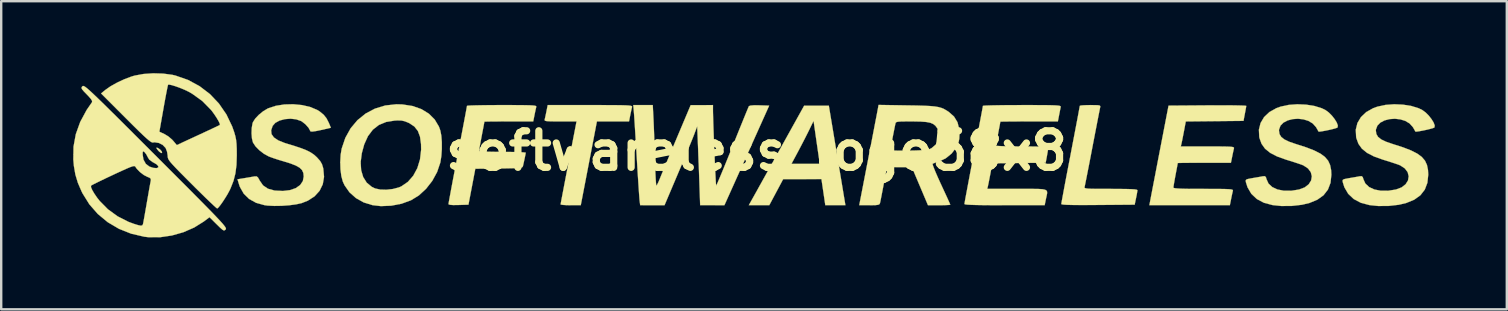
<source format=kicad_pcb>
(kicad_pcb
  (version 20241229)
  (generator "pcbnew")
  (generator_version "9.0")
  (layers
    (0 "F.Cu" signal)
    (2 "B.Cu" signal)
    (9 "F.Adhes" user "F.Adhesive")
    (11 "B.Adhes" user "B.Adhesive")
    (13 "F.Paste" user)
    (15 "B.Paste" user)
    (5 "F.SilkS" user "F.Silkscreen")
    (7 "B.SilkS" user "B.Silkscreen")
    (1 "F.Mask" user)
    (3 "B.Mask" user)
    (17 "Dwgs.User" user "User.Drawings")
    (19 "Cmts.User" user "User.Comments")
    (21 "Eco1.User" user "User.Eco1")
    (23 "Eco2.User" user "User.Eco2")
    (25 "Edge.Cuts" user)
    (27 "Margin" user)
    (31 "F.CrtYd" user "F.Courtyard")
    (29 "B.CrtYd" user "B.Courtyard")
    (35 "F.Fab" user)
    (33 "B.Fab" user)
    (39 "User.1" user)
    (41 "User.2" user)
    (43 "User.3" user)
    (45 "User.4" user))
  (footprint "softwareless_logo58x8"
    (layer "F.Cu")
    (at 28.475 3.234)
    (property "Reference" "softwareless_logo58x8" (at 0 0 0) (layer "F.SilkS") (effects (font (size 1.524 1.524) (thickness 0.3))))
    (attr through_hole)
    (fp_poly (pts (xy -24.944 -0.116) (xy -24.854 -0.053) (xy -24.786 0.023) (xy -24.771 0.085) (xy -24.81 0.094) (xy -24.891 0.033) (xy -24.922 0.002) (xy -24.997 -0.092) (xy -25.002 -0.133) (xy -24.944 -0.116)) (stroke (width 0.01) (type solid)) (fill yes) (layer "F.SilkS"))
    (fp_poly (pts (xy 3.704 2.268) (xy 2.866 2.268) (xy 2.786 1.724) (xy 2.705 1.179) (xy 1.908 1.18) (xy 1.111 1.18) (xy 0.531 2.268) (xy -0.322 2.268) (xy -0.164 1.984) (xy -0.108 1.885) (xy -0.014 1.717) (xy 0.113 1.488) (xy 0.268 1.209) (xy 0.446 0.889) (xy 0.638 0.544) (xy 1.455 0.544) (xy 2.636 0.544) (xy 2.608 0.352) (xy 2.591 0.239) (xy 2.565 0.058) (xy 2.532 -0.171) (xy 2.495 -0.426) (xy 2.478 -0.544) (xy 2.377 -1.247) (xy 2.19 -0.862) (xy 2.089 -0.66) (xy 1.963 -0.413) (xy 1.829 -0.156) (xy 1.729 0.034) (xy 1.455 0.544) (xy 0.638 0.544) (xy 0.641 0.539) (xy 0.848 0.167) (xy 0.991 -0.091) (xy 1.986 -1.882) (xy 3.013 -1.882) (xy 3.704 2.268)) (stroke (width 0.01) (type solid)) (fill yes) (layer "F.SilkS"))
    (fp_poly (pts (xy -6.486 -1.905) (xy -6.121 -1.904) (xy -5.831 -1.902) (xy -5.606 -1.899) (xy -5.439 -1.894) (xy -5.322 -1.887) (xy -5.247 -1.877) (xy -5.204 -1.864) (xy -5.187 -1.848) (xy -5.186 -1.829) (xy -5.187 -1.826) (xy -5.208 -1.739) (xy -5.238 -1.599) (xy -5.262 -1.485) (xy -5.313 -1.225) (xy -6.651 -1.225) (xy -6.987 0.522) (xy -7.324 2.268) (xy -7.744 2.268) (xy -7.927 2.264) (xy -8.069 2.255) (xy -8.152 2.242) (xy -8.164 2.234) (xy -8.156 2.183) (xy -8.132 2.053) (xy -8.094 1.854) (xy -8.045 1.596) (xy -7.986 1.287) (xy -7.919 0.939) (xy -7.846 0.562) (xy -7.832 0.488) (xy -7.5 -1.225) (xy -8.175 -1.225) (xy -8.436 -1.225) (xy -8.619 -1.229) (xy -8.737 -1.236) (xy -8.802 -1.249) (xy -8.829 -1.27) (xy -8.829 -1.299) (xy -8.828 -1.304) (xy -8.807 -1.391) (xy -8.777 -1.531) (xy -8.754 -1.644) (xy -8.702 -1.905) (xy -6.933 -1.905) (xy -6.486 -1.905)) (stroke (width 0.01) (type solid)) (fill yes) (layer "F.SilkS"))
    (fp_poly (pts (xy 14.108 -1.904) (xy 14.234 -1.899) (xy 14.301 -1.886) (xy 14.325 -1.86) (xy 14.321 -1.818) (xy 14.318 -1.803) (xy 14.304 -1.736) (xy 14.275 -1.59) (xy 14.233 -1.377) (xy 14.181 -1.108) (xy 14.12 -0.794) (xy 14.053 -0.446) (xy 13.993 -0.136) (xy 13.923 0.232) (xy 13.857 0.573) (xy 13.797 0.877) (xy 13.747 1.134) (xy 13.707 1.332) (xy 13.681 1.461) (xy 13.67 1.508) (xy 13.668 1.533) (xy 13.685 1.552) (xy 13.731 1.566) (xy 13.817 1.576) (xy 13.953 1.582) (xy 14.149 1.586) (xy 14.415 1.587) (xy 14.761 1.587) (xy 15.124 1.589) (xy 15.404 1.592) (xy 15.611 1.598) (xy 15.752 1.607) (xy 15.836 1.62) (xy 15.871 1.637) (xy 15.873 1.644) (xy 15.863 1.717) (xy 15.84 1.847) (xy 15.814 1.973) (xy 15.758 2.245) (xy 14.229 2.257) (xy 13.782 2.26) (xy 13.42 2.26) (xy 13.138 2.257) (xy 12.93 2.251) (xy 12.792 2.242) (xy 12.717 2.23) (xy 12.7 2.218) (xy 12.708 2.164) (xy 12.732 2.03) (xy 12.77 1.826) (xy 12.819 1.56) (xy 12.879 1.242) (xy 12.948 0.88) (xy 13.024 0.485) (xy 13.086 0.163) (xy 13.165 -0.252) (xy 13.239 -0.638) (xy 13.306 -0.988) (xy 13.364 -1.293) (xy 13.411 -1.543) (xy 13.445 -1.728) (xy 13.466 -1.841) (xy 13.471 -1.873) (xy 13.513 -1.887) (xy 13.626 -1.897) (xy 13.791 -1.904) (xy 13.907 -1.905) (xy 14.108 -1.904)) (stroke (width 0.01) (type solid)) (fill yes) (layer "F.SilkS"))
    (fp_poly (pts (xy -14.754 -1.932) (xy -14.333 -1.866) (xy -13.965 -1.737) (xy -13.656 -1.548) (xy -13.41 -1.303) (xy -13.234 -1.007) (xy -13.176 -0.846) (xy -13.135 -0.634) (xy -13.114 -0.364) (xy -13.114 -0.068) (xy -13.134 0.223) (xy -13.174 0.477) (xy -13.178 0.494) (xy -13.31 0.884) (xy -13.512 1.253) (xy -13.77 1.583) (xy -14.07 1.859) (xy -14.4 2.062) (xy -14.401 2.062) (xy -14.792 2.205) (xy -15.22 2.287) (xy -15.651 2.305) (xy -16 2.265) (xy -16.368 2.152) (xy -16.693 1.97) (xy -16.964 1.728) (xy -17.168 1.436) (xy -17.24 1.279) (xy -17.301 1.053) (xy -17.337 0.77) (xy -17.346 0.472) (xy -16.496 0.472) (xy -16.476 0.806) (xy -16.391 1.093) (xy -16.244 1.327) (xy -16.036 1.5) (xy -15.891 1.57) (xy -15.678 1.615) (xy -15.42 1.622) (xy -15.151 1.591) (xy -14.905 1.526) (xy -14.802 1.482) (xy -14.528 1.294) (xy -14.304 1.037) (xy -14.134 0.722) (xy -14.023 0.358) (xy -13.976 -0.043) (xy -13.98 -0.276) (xy -14.022 -0.586) (xy -14.112 -0.827) (xy -14.258 -1.011) (xy -14.465 -1.15) (xy -14.501 -1.167) (xy -14.656 -1.23) (xy -14.791 -1.261) (xy -14.949 -1.266) (xy -15.075 -1.26) (xy -15.434 -1.202) (xy -15.737 -1.077) (xy -15.989 -0.88) (xy -16.192 -0.611) (xy -16.348 -0.267) (xy -16.448 0.099) (xy -16.496 0.472) (xy -17.346 0.472) (xy -17.346 0.462) (xy -17.329 0.16) (xy -17.287 -0.091) (xy -17.134 -0.542) (xy -16.912 -0.94) (xy -16.628 -1.278) (xy -16.289 -1.552) (xy -15.901 -1.757) (xy -15.472 -1.888) (xy -15.009 -1.939) (xy -14.754 -1.932)) (stroke (width 0.01) (type solid)) (fill yes) (layer "F.SilkS"))
    (fp_poly (pts (xy 19.506 -1.896) (xy 19.808 -1.894) (xy 20.059 -1.89) (xy 20.25 -1.885) (xy 20.369 -1.879) (xy 20.408 -1.872) (xy 20.399 -1.812) (xy 20.377 -1.691) (xy 20.349 -1.542) (xy 20.293 -1.247) (xy 19.09 -1.235) (xy 17.888 -1.223) (xy 17.809 -0.804) (xy 17.771 -0.608) (xy 17.737 -0.436) (xy 17.711 -0.315) (xy 17.704 -0.283) (xy 17.679 -0.181) (xy 18.799 -0.181) (xy 19.146 -0.181) (xy 19.413 -0.179) (xy 19.609 -0.176) (xy 19.746 -0.17) (xy 19.832 -0.16) (xy 19.879 -0.146) (xy 19.897 -0.127) (xy 19.895 -0.102) (xy 19.895 -0.102) (xy 19.874 -0.015) (xy 19.844 0.125) (xy 19.821 0.238) (xy 19.769 0.499) (xy 18.661 0.499) (xy 18.355 0.499) (xy 18.081 0.501) (xy 17.852 0.503) (xy 17.68 0.505) (xy 17.577 0.508) (xy 17.553 0.51) (xy 17.545 0.557) (xy 17.524 0.673) (xy 17.492 0.841) (xy 17.462 0.998) (xy 17.425 1.199) (xy 17.395 1.37) (xy 17.376 1.489) (xy 17.372 1.531) (xy 17.391 1.548) (xy 17.456 1.562) (xy 17.573 1.572) (xy 17.75 1.58) (xy 17.996 1.585) (xy 18.319 1.587) (xy 18.622 1.587) (xy 18.992 1.588) (xy 19.28 1.589) (xy 19.497 1.592) (xy 19.653 1.598) (xy 19.756 1.606) (xy 19.818 1.618) (xy 19.846 1.634) (xy 19.852 1.655) (xy 19.85 1.667) (xy 19.829 1.754) (xy 19.799 1.894) (xy 19.776 2.007) (xy 19.724 2.268) (xy 16.37 2.268) (xy 16.402 2.098) (xy 16.417 2.018) (xy 16.447 1.859) (xy 16.491 1.631) (xy 16.546 1.345) (xy 16.611 1.011) (xy 16.682 0.639) (xy 16.759 0.239) (xy 16.801 0.023) (xy 17.169 -1.882) (xy 18.79 -1.894) (xy 19.163 -1.896) (xy 19.506 -1.896)) (stroke (width 0.01) (type solid)) (fill yes) (layer "F.SilkS"))
    (fp_poly (pts (xy -10.209 -1.905) (xy -9.889 -1.904) (xy -9.641 -1.901) (xy -9.458 -1.897) (xy -9.328 -1.89) (xy -9.245 -1.881) (xy -9.198 -1.868) (xy -9.178 -1.851) (xy -9.178 -1.83) (xy -9.179 -1.826) (xy -9.2 -1.739) (xy -9.23 -1.599) (xy -9.253 -1.485) (xy -9.305 -1.225) (xy -10.322 -1.225) (xy -10.615 -1.224) (xy -10.875 -1.223) (xy -11.089 -1.221) (xy -11.244 -1.218) (xy -11.328 -1.215) (xy -11.34 -1.213) (xy -11.348 -1.167) (xy -11.37 -1.049) (xy -11.403 -0.875) (xy -11.444 -0.663) (xy -11.453 -0.614) (xy -11.495 -0.393) (xy -11.53 -0.204) (xy -11.555 -0.066) (xy -11.566 0.005) (xy -11.566 0.009) (xy -11.523 0.02) (xy -11.402 0.029) (xy -11.217 0.037) (xy -10.98 0.042) (xy -10.705 0.045) (xy -10.591 0.045) (xy -10.305 0.047) (xy -10.052 0.051) (xy -9.845 0.058) (xy -9.698 0.066) (xy -9.623 0.075) (xy -9.617 0.079) (xy -9.628 0.146) (xy -9.656 0.285) (xy -9.698 0.48) (xy -9.73 0.623) (xy -9.74 0.656) (xy -9.76 0.681) (xy -9.801 0.7) (xy -9.876 0.713) (xy -9.996 0.721) (xy -10.171 0.727) (xy -10.414 0.732) (xy -10.735 0.736) (xy -11.718 0.748) (xy -11.861 1.497) (xy -12.004 2.245) (xy -12.42 2.258) (xy -12.638 2.261) (xy -12.773 2.251) (xy -12.832 2.229) (xy -12.836 2.219) (xy -12.828 2.165) (xy -12.804 2.031) (xy -12.766 1.826) (xy -12.717 1.56) (xy -12.657 1.242) (xy -12.588 0.88) (xy -12.512 0.485) (xy -12.451 0.163) (xy -12.371 -0.252) (xy -12.297 -0.638) (xy -12.23 -0.988) (xy -12.172 -1.293) (xy -12.125 -1.543) (xy -12.091 -1.728) (xy -12.07 -1.841) (xy -12.065 -1.873) (xy -12.021 -1.881) (xy -11.898 -1.888) (xy -11.705 -1.894) (xy -11.454 -1.899) (xy -11.154 -1.903) (xy -10.818 -1.905) (xy -10.611 -1.905) (xy -10.209 -1.905)) (stroke (width 0.01) (type solid)) (fill yes) (layer "F.SilkS"))
    (fp_poly (pts (xy 11.491 -1.905) (xy 11.836 -1.904) (xy 12.108 -1.902) (xy 12.315 -1.898) (xy 12.466 -1.892) (xy 12.569 -1.884) (xy 12.632 -1.873) (xy 12.665 -1.859) (xy 12.676 -1.841) (xy 12.675 -1.826) (xy 12.657 -1.739) (xy 12.63 -1.599) (xy 12.608 -1.485) (xy 12.557 -1.225) (xy 11.359 -1.225) (xy 11.04 -1.224) (xy 10.753 -1.223) (xy 10.509 -1.221) (xy 10.321 -1.219) (xy 10.201 -1.216) (xy 10.16 -1.213) (xy 10.152 -1.167) (xy 10.131 -1.05) (xy 10.099 -0.882) (xy 10.069 -0.726) (xy 10.032 -0.527) (xy 10.002 -0.363) (xy 9.983 -0.252) (xy 9.979 -0.216) (xy 10.022 -0.206) (xy 10.143 -0.198) (xy 10.331 -0.19) (xy 10.572 -0.185) (xy 10.854 -0.182) (xy 11.067 -0.181) (xy 11.441 -0.18) (xy 11.73 -0.176) (xy 11.94 -0.168) (xy 12.076 -0.156) (xy 12.145 -0.141) (xy 12.156 -0.13) (xy 12.148 -0.061) (xy 12.128 0.068) (xy 12.103 0.209) (xy 12.05 0.497) (xy 10.938 0.509) (xy 9.827 0.522) (xy 9.745 0.953) (xy 9.707 1.151) (xy 9.673 1.325) (xy 9.647 1.449) (xy 9.639 1.485) (xy 9.614 1.587) (xy 10.862 1.587) (xy 11.239 1.587) (xy 11.534 1.587) (xy 11.757 1.59) (xy 11.917 1.601) (xy 12.023 1.622) (xy 12.084 1.656) (xy 12.109 1.708) (xy 12.108 1.779) (xy 12.089 1.874) (xy 12.062 1.995) (xy 12.059 2.011) (xy 12.007 2.268) (xy 10.335 2.268) (xy 9.861 2.267) (xy 9.473 2.264) (xy 9.166 2.259) (xy 8.937 2.252) (xy 8.779 2.243) (xy 8.69 2.231) (xy 8.663 2.217) (xy 8.672 2.164) (xy 8.695 2.03) (xy 8.733 1.826) (xy 8.783 1.56) (xy 8.843 1.242) (xy 8.911 0.88) (xy 8.987 0.485) (xy 9.049 0.163) (xy 9.128 -0.252) (xy 9.202 -0.638) (xy 9.269 -0.988) (xy 9.327 -1.293) (xy 9.374 -1.543) (xy 9.409 -1.728) (xy 9.429 -1.841) (xy 9.434 -1.873) (xy 9.478 -1.88) (xy 9.602 -1.887) (xy 9.797 -1.893) (xy 10.052 -1.898) (xy 10.357 -1.902) (xy 10.702 -1.904) (xy 11.063 -1.905) (xy 11.491 -1.905)) (stroke (width 0.01) (type solid)) (fill yes) (layer "F.SilkS"))
    (fp_poly (pts (xy -4.293 -1.304) (xy -4.283 -1.076) (xy -4.271 -0.78) (xy -4.259 -0.441) (xy -4.247 -0.083) (xy -4.236 0.272) (xy -4.233 0.374) (xy -4.224 0.676) (xy -4.213 0.945) (xy -4.202 1.169) (xy -4.19 1.336) (xy -4.18 1.432) (xy -4.173 1.451) (xy -4.143 1.412) (xy -4.092 1.31) (xy -4.03 1.164) (xy -4.022 1.145) (xy -3.975 1.028) (xy -3.897 0.84) (xy -3.795 0.594) (xy -3.674 0.303) (xy -3.539 -0.02) (xy -3.395 -0.361) (xy -3.323 -0.532) (xy -2.744 -1.904) (xy -2.279 -1.904) (xy -1.814 -1.905) (xy -1.815 -1.758) (xy -1.814 -1.62) (xy -1.809 -1.42) (xy -1.802 -1.168) (xy -1.792 -0.878) (xy -1.781 -0.562) (xy -1.768 -0.231) (xy -1.754 0.101) (xy -1.74 0.422) (xy -1.726 0.721) (xy -1.713 0.984) (xy -1.702 1.2) (xy -1.692 1.356) (xy -1.684 1.44) (xy -1.681 1.45) (xy -1.659 1.41) (xy -1.608 1.294) (xy -1.53 1.111) (xy -1.43 0.872) (xy -1.312 0.585) (xy -1.179 0.259) (xy -1.035 -0.097) (xy -1.002 -0.18) (xy -0.856 -0.544) (xy -0.72 -0.882) (xy -0.597 -1.184) (xy -0.492 -1.442) (xy -0.408 -1.647) (xy -0.349 -1.787) (xy -0.32 -1.855) (xy -0.318 -1.859) (xy -0.255 -1.884) (xy -0.111 -1.897) (xy 0.105 -1.896) (xy 0.12 -1.895) (xy 0.527 -1.882) (xy -0.405 0.193) (xy -1.338 2.267) (xy -1.843 2.268) (xy -2.349 2.268) (xy -2.38 1.372) (xy -2.392 1.026) (xy -2.406 0.647) (xy -2.421 0.267) (xy -2.434 -0.079) (xy -2.442 -0.272) (xy -2.472 -1.021) (xy -2.6 -0.68) (xy -2.65 -0.552) (xy -2.73 -0.354) (xy -2.835 -0.1) (xy -2.957 0.196) (xy -3.093 0.521) (xy -3.236 0.86) (xy -3.28 0.963) (xy -3.833 2.267) (xy -4.34 2.267) (xy -4.848 2.268) (xy -4.872 2.075) (xy -4.88 1.985) (xy -4.893 1.816) (xy -4.909 1.58) (xy -4.928 1.29) (xy -4.95 0.958) (xy -4.972 0.596) (xy -4.988 0.318) (xy -5.011 -0.067) (xy -5.034 -0.437) (xy -5.055 -0.779) (xy -5.074 -1.079) (xy -5.09 -1.325) (xy -5.102 -1.502) (xy -5.108 -1.576) (xy -5.136 -1.905) (xy -4.323 -1.905) (xy -4.293 -1.304)) (stroke (width 0.01) (type solid)) (fill yes) (layer "F.SilkS"))
    (fp_poly (pts (xy 22.903 -1.923) (xy 23.252 -1.867) (xy 23.557 -1.772) (xy 23.706 -1.699) (xy 23.844 -1.598) (xy 23.977 -1.465) (xy 24.093 -1.318) (xy 24.179 -1.176) (xy 24.223 -1.056) (xy 24.213 -0.976) (xy 24.209 -0.971) (xy 24.151 -0.945) (xy 24.035 -0.912) (xy 23.883 -0.875) (xy 23.721 -0.841) (xy 23.573 -0.814) (xy 23.463 -0.799) (xy 23.416 -0.803) (xy 23.416 -0.803) (xy 23.386 -0.863) (xy 23.328 -0.963) (xy 23.315 -0.985) (xy 23.18 -1.137) (xy 22.999 -1.246) (xy 22.788 -1.311) (xy 22.562 -1.336) (xy 22.338 -1.32) (xy 22.132 -1.266) (xy 21.958 -1.175) (xy 21.834 -1.048) (xy 21.774 -0.888) (xy 21.771 -0.84) (xy 21.793 -0.698) (xy 21.864 -0.579) (xy 21.994 -0.475) (xy 22.193 -0.379) (xy 22.472 -0.283) (xy 22.501 -0.274) (xy 22.911 -0.142) (xy 23.24 -0.014) (xy 23.496 0.116) (xy 23.685 0.255) (xy 23.818 0.411) (xy 23.901 0.59) (xy 23.944 0.801) (xy 23.954 0.998) (xy 23.919 1.334) (xy 23.81 1.618) (xy 23.627 1.853) (xy 23.369 2.038) (xy 23.035 2.176) (xy 22.724 2.249) (xy 22.304 2.297) (xy 21.869 2.3) (xy 21.505 2.262) (xy 21.144 2.166) (xy 20.848 2.009) (xy 20.619 1.793) (xy 20.46 1.52) (xy 20.393 1.309) (xy 20.383 1.245) (xy 20.401 1.204) (xy 20.466 1.177) (xy 20.594 1.151) (xy 20.672 1.137) (xy 20.848 1.107) (xy 21.005 1.08) (xy 21.098 1.062) (xy 21.185 1.057) (xy 21.229 1.105) (xy 21.249 1.177) (xy 21.334 1.364) (xy 21.491 1.511) (xy 21.708 1.612) (xy 21.976 1.664) (xy 22.284 1.665) (xy 22.61 1.613) (xy 22.845 1.524) (xy 23.012 1.393) (xy 23.111 1.234) (xy 23.14 1.061) (xy 23.096 0.89) (xy 22.979 0.734) (xy 22.788 0.608) (xy 22.714 0.578) (xy 22.586 0.534) (xy 22.401 0.473) (xy 22.188 0.406) (xy 22.066 0.369) (xy 21.694 0.236) (xy 21.405 0.086) (xy 21.19 -0.088) (xy 21.044 -0.293) (xy 20.958 -0.533) (xy 20.949 -0.576) (xy 20.934 -0.879) (xy 21.004 -1.158) (xy 21.151 -1.406) (xy 21.373 -1.615) (xy 21.662 -1.777) (xy 21.837 -1.84) (xy 22.171 -1.912) (xy 22.534 -1.939) (xy 22.903 -1.923)) (stroke (width 0.01) (type solid)) (fill yes) (layer "F.SilkS"))
    (fp_poly (pts (xy 26.939 -1.923) (xy 27.289 -1.867) (xy 27.594 -1.772) (xy 27.743 -1.699) (xy 27.881 -1.598) (xy 28.014 -1.465) (xy 28.129 -1.318) (xy 28.216 -1.176) (xy 28.26 -1.056) (xy 28.25 -0.976) (xy 28.246 -0.971) (xy 28.188 -0.945) (xy 28.071 -0.912) (xy 27.92 -0.875) (xy 27.758 -0.841) (xy 27.61 -0.814) (xy 27.5 -0.799) (xy 27.453 -0.803) (xy 27.453 -0.803) (xy 27.423 -0.863) (xy 27.365 -0.963) (xy 27.352 -0.985) (xy 27.217 -1.137) (xy 27.036 -1.246) (xy 26.824 -1.311) (xy 26.599 -1.336) (xy 26.375 -1.32) (xy 26.168 -1.266) (xy 25.995 -1.175) (xy 25.871 -1.048) (xy 25.811 -0.888) (xy 25.808 -0.84) (xy 25.83 -0.698) (xy 25.9 -0.579) (xy 26.03 -0.475) (xy 26.23 -0.379) (xy 26.509 -0.283) (xy 26.537 -0.274) (xy 26.948 -0.142) (xy 27.277 -0.014) (xy 27.532 0.116) (xy 27.722 0.255) (xy 27.855 0.411) (xy 27.938 0.59) (xy 27.981 0.801) (xy 27.991 0.998) (xy 27.955 1.334) (xy 27.847 1.618) (xy 27.664 1.853) (xy 27.406 2.038) (xy 27.071 2.176) (xy 26.761 2.249) (xy 26.341 2.297) (xy 25.906 2.3) (xy 25.542 2.262) (xy 25.181 2.166) (xy 24.885 2.009) (xy 24.656 1.793) (xy 24.496 1.52) (xy 24.43 1.309) (xy 24.42 1.245) (xy 24.438 1.204) (xy 24.502 1.177) (xy 24.631 1.151) (xy 24.709 1.137) (xy 24.885 1.107) (xy 25.041 1.08) (xy 25.135 1.062) (xy 25.222 1.057) (xy 25.266 1.105) (xy 25.286 1.177) (xy 25.371 1.364) (xy 25.528 1.511) (xy 25.745 1.612) (xy 26.013 1.664) (xy 26.32 1.665) (xy 26.647 1.613) (xy 26.882 1.524) (xy 27.049 1.393) (xy 27.148 1.234) (xy 27.176 1.061) (xy 27.133 0.89) (xy 27.016 0.734) (xy 26.825 0.608) (xy 26.751 0.578) (xy 26.623 0.534) (xy 26.437 0.473) (xy 26.225 0.406) (xy 26.103 0.369) (xy 25.731 0.236) (xy 25.441 0.086) (xy 25.227 -0.088) (xy 25.081 -0.293) (xy 24.994 -0.533) (xy 24.986 -0.576) (xy 24.971 -0.879) (xy 25.04 -1.158) (xy 25.188 -1.406) (xy 25.409 -1.615) (xy 25.698 -1.777) (xy 25.874 -1.84) (xy 26.207 -1.912) (xy 26.571 -1.939) (xy 26.939 -1.923)) (stroke (width 0.01) (type solid)) (fill yes) (layer "F.SilkS"))
    (fp_poly (pts (xy -18.938 -1.905) (xy -18.6 -1.826) (xy -18.31 -1.705) (xy -18.197 -1.634) (xy -18.036 -1.501) (xy -17.921 -1.357) (xy -17.823 -1.166) (xy -17.806 -1.126) (xy -17.737 -0.96) (xy -18.155 -0.864) (xy -18.359 -0.822) (xy -18.505 -0.802) (xy -18.58 -0.806) (xy -18.588 -0.813) (xy -18.667 -0.958) (xy -18.798 -1.106) (xy -18.948 -1.223) (xy -18.98 -1.241) (xy -19.188 -1.313) (xy -19.421 -1.338) (xy -19.658 -1.319) (xy -19.876 -1.26) (xy -20.052 -1.165) (xy -20.163 -1.039) (xy -20.226 -0.856) (xy -20.21 -0.696) (xy -20.112 -0.557) (xy -19.93 -0.434) (xy -19.661 -0.326) (xy -19.567 -0.297) (xy -19.222 -0.191) (xy -18.951 -0.1) (xy -18.74 -0.015) (xy -18.575 0.07) (xy -18.442 0.161) (xy -18.327 0.264) (xy -18.317 0.274) (xy -18.186 0.422) (xy -18.108 0.557) (xy -18.058 0.72) (xy -18.053 0.746) (xy -18.022 1.086) (xy -18.075 1.395) (xy -18.208 1.667) (xy -18.417 1.897) (xy -18.699 2.079) (xy -18.955 2.18) (xy -19.183 2.231) (xy -19.469 2.269) (xy -19.784 2.292) (xy -20.095 2.297) (xy -20.372 2.283) (xy -20.501 2.266) (xy -20.855 2.167) (xy -21.146 2.005) (xy -21.371 1.783) (xy -21.529 1.503) (xy -21.565 1.398) (xy -21.629 1.187) (xy -21.326 1.137) (xy -21.152 1.108) (xy -20.999 1.081) (xy -20.91 1.066) (xy -20.833 1.065) (xy -20.776 1.11) (xy -20.714 1.219) (xy -20.706 1.237) (xy -20.564 1.441) (xy -20.36 1.58) (xy -20.094 1.654) (xy -20.069 1.658) (xy -19.734 1.674) (xy -19.441 1.639) (xy -19.2 1.555) (xy -19.018 1.427) (xy -18.905 1.26) (xy -18.869 1.071) (xy -18.884 0.926) (xy -18.937 0.806) (xy -19.038 0.705) (xy -19.198 0.614) (xy -19.427 0.525) (xy -19.713 0.437) (xy -19.924 0.374) (xy -20.128 0.307) (xy -20.291 0.248) (xy -20.333 0.231) (xy -20.53 0.122) (xy -20.721 -0.025) (xy -20.88 -0.188) (xy -20.981 -0.343) (xy -20.985 -0.35) (xy -21.026 -0.516) (xy -21.043 -0.729) (xy -21.035 -0.95) (xy -21.003 -1.138) (xy -20.985 -1.192) (xy -20.891 -1.34) (xy -20.741 -1.499) (xy -20.56 -1.647) (xy -20.374 -1.759) (xy -20.348 -1.771) (xy -20.031 -1.875) (xy -19.676 -1.931) (xy -19.305 -1.94) (xy -18.938 -1.905)) (stroke (width 0.01) (type solid)) (fill yes) (layer "F.SilkS"))
    (fp_poly (pts (xy -24.727 -3.217) (xy -24.344 -3.166) (xy -24.215 -3.136) (xy -23.689 -2.953) (xy -23.208 -2.693) (xy -22.777 -2.364) (xy -22.402 -1.969) (xy -22.091 -1.517) (xy -21.849 -1.012) (xy -21.764 -0.771) (xy -21.718 -0.609) (xy -21.687 -0.455) (xy -21.669 -0.284) (xy -21.66 -0.07) (xy -21.658 0.181) (xy -21.671 0.59) (xy -21.715 0.938) (xy -21.795 1.253) (xy -21.916 1.561) (xy -21.961 1.655) (xy -22.042 1.805) (xy -22.142 1.969) (xy -22.247 2.13) (xy -22.347 2.269) (xy -22.426 2.366) (xy -22.474 2.404) (xy -22.474 2.404) (xy -22.517 2.373) (xy -22.615 2.285) (xy -22.76 2.148) (xy -22.946 1.97) (xy -23.162 1.758) (xy -23.403 1.521) (xy -23.529 1.394) (xy -23.81 1.113) (xy -24.034 0.887) (xy -24.206 0.71) (xy -24.334 0.573) (xy -24.424 0.47) (xy -24.483 0.391) (xy -24.517 0.329) (xy -24.533 0.276) (xy -24.538 0.225) (xy -24.538 0.204) (xy -24.562 0.044) (xy -24.618 -0.106) (xy -24.626 -0.12) (xy -24.744 -0.243) (xy -24.908 -0.327) (xy -25.079 -0.355) (xy -25.143 -0.346) (xy -25.181 -0.347) (xy -25.234 -0.372) (xy -25.309 -0.425) (xy -25.413 -0.513) (xy -25.553 -0.641) (xy -25.714 -0.796) (xy -24.884 -0.796) (xy -24.673 -0.698) (xy -24.511 -0.6) (xy -24.356 -0.469) (xy -24.31 -0.419) (xy -24.157 -0.238) (xy -23.747 -0.429) (xy -23.522 -0.533) (xy -23.256 -0.656) (xy -22.991 -0.779) (xy -22.86 -0.84) (xy -22.67 -0.929) (xy -22.513 -1.003) (xy -22.404 -1.056) (xy -22.362 -1.077) (xy -22.366 -1.127) (xy -22.413 -1.23) (xy -22.493 -1.367) (xy -22.594 -1.52) (xy -22.704 -1.67) (xy -22.737 -1.71) (xy -23.096 -2.075) (xy -23.517 -2.378) (xy -23.675 -2.468) (xy -23.842 -2.547) (xy -24.026 -2.623) (xy -24.207 -2.688) (xy -24.364 -2.736) (xy -24.476 -2.759) (xy -24.521 -2.754) (xy -24.535 -2.705) (xy -24.561 -2.58) (xy -24.598 -2.391) (xy -24.643 -2.154) (xy -24.693 -1.879) (xy -24.713 -1.764) (xy -24.884 -0.796) (xy -25.714 -0.796) (xy -25.736 -0.817) (xy -25.968 -1.045) (xy -26.255 -1.332) (xy -26.279 -1.355) (xy -27.313 -2.39) (xy -27.139 -2.534) (xy -26.923 -2.686) (xy -26.648 -2.84) (xy -26.347 -2.981) (xy -26.051 -3.093) (xy -25.912 -3.134) (xy -25.548 -3.201) (xy -25.141 -3.229) (xy -24.727 -3.217)) (stroke (width 0.01) (type solid)) (fill yes) (layer "F.SilkS"))
    (fp_poly (pts (xy 6.273 -1.893) (xy 6.666 -1.887) (xy 6.98 -1.878) (xy 7.228 -1.866) (xy 7.423 -1.848) (xy 7.577 -1.823) (xy 7.703 -1.788) (xy 7.812 -1.742) (xy 7.917 -1.682) (xy 8.012 -1.62) (xy 8.23 -1.427) (xy 8.374 -1.191) (xy 8.447 -0.903) (xy 8.457 -0.702) (xy 8.449 -0.507) (xy 8.421 -0.359) (xy 8.361 -0.216) (xy 8.317 -0.134) (xy 8.131 0.113) (xy 7.883 0.314) (xy 7.598 0.449) (xy 7.559 0.461) (xy 7.435 0.5) (xy 7.351 0.534) (xy 7.337 0.543) (xy 7.345 0.591) (xy 7.387 0.707) (xy 7.457 0.881) (xy 7.551 1.097) (xy 7.663 1.345) (xy 7.688 1.398) (xy 7.805 1.651) (xy 7.908 1.874) (xy 7.991 2.056) (xy 8.048 2.183) (xy 8.073 2.244) (xy 8.074 2.247) (xy 8.031 2.255) (xy 7.917 2.262) (xy 7.751 2.266) (xy 7.609 2.267) (xy 7.144 2.267) (xy 6.808 1.473) (xy 6.472 0.68) (xy 5.961 0.68) (xy 5.736 0.682) (xy 5.586 0.688) (xy 5.495 0.702) (xy 5.447 0.724) (xy 5.426 0.759) (xy 5.425 0.76) (xy 5.409 0.832) (xy 5.38 0.974) (xy 5.341 1.169) (xy 5.298 1.397) (xy 5.284 1.474) (xy 5.239 1.709) (xy 5.199 1.916) (xy 5.167 2.078) (xy 5.146 2.174) (xy 5.142 2.188) (xy 5.12 2.226) (xy 5.066 2.25) (xy 4.965 2.263) (xy 4.799 2.267) (xy 4.7 2.268) (xy 4.28 2.268) (xy 4.651 0.352) (xy 4.726 -0.035) (xy 5.579 -0.035) (xy 5.623 -0.02) (xy 5.747 -0.01) (xy 5.943 -0.005) (xy 6.2 -0.005) (xy 6.361 -0.008) (xy 6.654 -0.014) (xy 6.871 -0.023) (xy 7.028 -0.035) (xy 7.139 -0.052) (xy 7.222 -0.076) (xy 7.289 -0.109) (xy 7.297 -0.113) (xy 7.471 -0.262) (xy 7.577 -0.451) (xy 7.611 -0.66) (xy 7.566 -0.869) (xy 7.528 -0.944) (xy 7.454 -1.044) (xy 7.363 -1.117) (xy 7.24 -1.169) (xy 7.071 -1.201) (xy 6.843 -1.218) (xy 6.541 -1.224) (xy 6.466 -1.225) (xy 6.209 -1.224) (xy 6.029 -1.221) (xy 5.912 -1.214) (xy 5.842 -1.2) (xy 5.806 -1.177) (xy 5.79 -1.143) (xy 5.786 -1.123) (xy 5.754 -0.971) (xy 5.717 -0.783) (xy 5.677 -0.58) (xy 5.64 -0.382) (xy 5.608 -0.212) (xy 5.587 -0.089) (xy 5.579 -0.035) (xy 4.726 -0.035) (xy 4.731 -0.06) (xy 4.806 -0.449) (xy 4.875 -0.806) (xy 4.935 -1.12) (xy 4.986 -1.381) (xy 5.024 -1.58) (xy 5.047 -1.705) (xy 5.054 -1.738) (xy 5.085 -1.912) (xy 6.273 -1.893)) (stroke (width 0.01) (type solid)) (fill yes) (layer "F.SilkS"))
    (fp_poly (pts (xy -28.02 -2.691) (xy -27.974 -2.664) (xy -27.911 -2.616) (xy -27.827 -2.544) (xy -27.717 -2.445) (xy -27.578 -2.314) (xy -27.405 -2.148) (xy -27.195 -1.944) (xy -26.944 -1.696) (xy -26.647 -1.403) (xy -26.302 -1.059) (xy -25.904 -0.662) (xy -25.448 -0.207) (xy -25.028 0.213) (xy -24.523 0.718) (xy -24.079 1.163) (xy -23.691 1.551) (xy -23.357 1.888) (xy -23.072 2.176) (xy -22.832 2.42) (xy -22.634 2.623) (xy -22.475 2.79) (xy -22.35 2.924) (xy -22.255 3.029) (xy -22.188 3.11) (xy -22.143 3.17) (xy -22.119 3.213) (xy -22.11 3.243) (xy -22.113 3.264) (xy -22.122 3.277) (xy -22.16 3.312) (xy -22.201 3.318) (xy -22.26 3.285) (xy -22.351 3.205) (xy -22.489 3.069) (xy -22.496 3.063) (xy -22.794 2.767) (xy -23.035 2.948) (xy -23.433 3.197) (xy -23.883 3.393) (xy -24.363 3.529) (xy -24.851 3.601) (xy -25.324 3.602) (xy -25.512 3.58) (xy -26.06 3.453) (xy -26.57 3.25) (xy -27.036 2.975) (xy -27.448 2.634) (xy -27.8 2.232) (xy -28.085 1.775) (xy -28.122 1.701) (xy -28.203 1.513) (xy -27.733 1.513) (xy -27.686 1.627) (xy -27.598 1.779) (xy -27.48 1.951) (xy -27.37 2.091) (xy -27.027 2.438) (xy -26.621 2.732) (xy -26.17 2.961) (xy -25.944 3.044) (xy -25.769 3.098) (xy -25.661 3.12) (xy -25.601 3.11) (xy -25.571 3.067) (xy -25.561 3.028) (xy -25.546 2.951) (xy -25.518 2.801) (xy -25.482 2.596) (xy -25.439 2.351) (xy -25.401 2.132) (xy -25.355 1.868) (xy -25.313 1.629) (xy -25.278 1.433) (xy -25.252 1.296) (xy -25.241 1.239) (xy -25.242 1.167) (xy -25.3 1.118) (xy -25.378 1.088) (xy -25.53 1.01) (xy -25.693 0.886) (xy -25.829 0.745) (xy -25.882 0.668) (xy -25.903 0.644) (xy -25.94 0.636) (xy -26.004 0.648) (xy -26.105 0.683) (xy -26.253 0.745) (xy -26.459 0.838) (xy -26.735 0.965) (xy -26.808 1) (xy -27.071 1.123) (xy -27.306 1.236) (xy -27.501 1.331) (xy -27.644 1.403) (xy -27.721 1.445) (xy -27.731 1.451) (xy -27.733 1.513) (xy -28.203 1.513) (xy -28.279 1.338) (xy -28.383 0.995) (xy -28.446 0.631) (xy -28.47 0.361) (xy -28.466 0.155) (xy -25.581 0.155) (xy -25.546 0.369) (xy -25.448 0.544) (xy -25.299 0.658) (xy -25.295 0.659) (xy -25.138 0.711) (xy -25.006 0.722) (xy -24.932 0.696) (xy -24.929 0.64) (xy -24.995 0.568) (xy -25.114 0.496) (xy -25.156 0.477) (xy -25.305 0.368) (xy -25.368 0.264) (xy -25.432 0.143) (xy -25.502 0.055) (xy -25.506 0.051) (xy -25.555 0.02) (xy -25.577 0.048) (xy -25.581 0.15) (xy -25.581 0.155) (xy -28.466 0.155) (xy -28.461 -0.174) (xy -28.366 -0.694) (xy -28.183 -1.203) (xy -27.912 -1.705) (xy -27.691 -2.025) (xy -27.687 -2.077) (xy -27.736 -2.16) (xy -27.847 -2.286) (xy -27.907 -2.348) (xy -28.034 -2.479) (xy -28.105 -2.563) (xy -28.129 -2.618) (xy -28.115 -2.66) (xy -28.088 -2.69) (xy -28.073 -2.7) (xy -28.051 -2.702) (xy -28.02 -2.691)) (stroke (width 0.01) (type solid)) (fill yes) (layer "F.SilkS")))
  (gr_rect
    (start -3 -3)
    (end 59.74 9.84)
    (stroke (width 0.1) (type default))
    (fill no)
    (layer "Edge.Cuts")))
</source>
